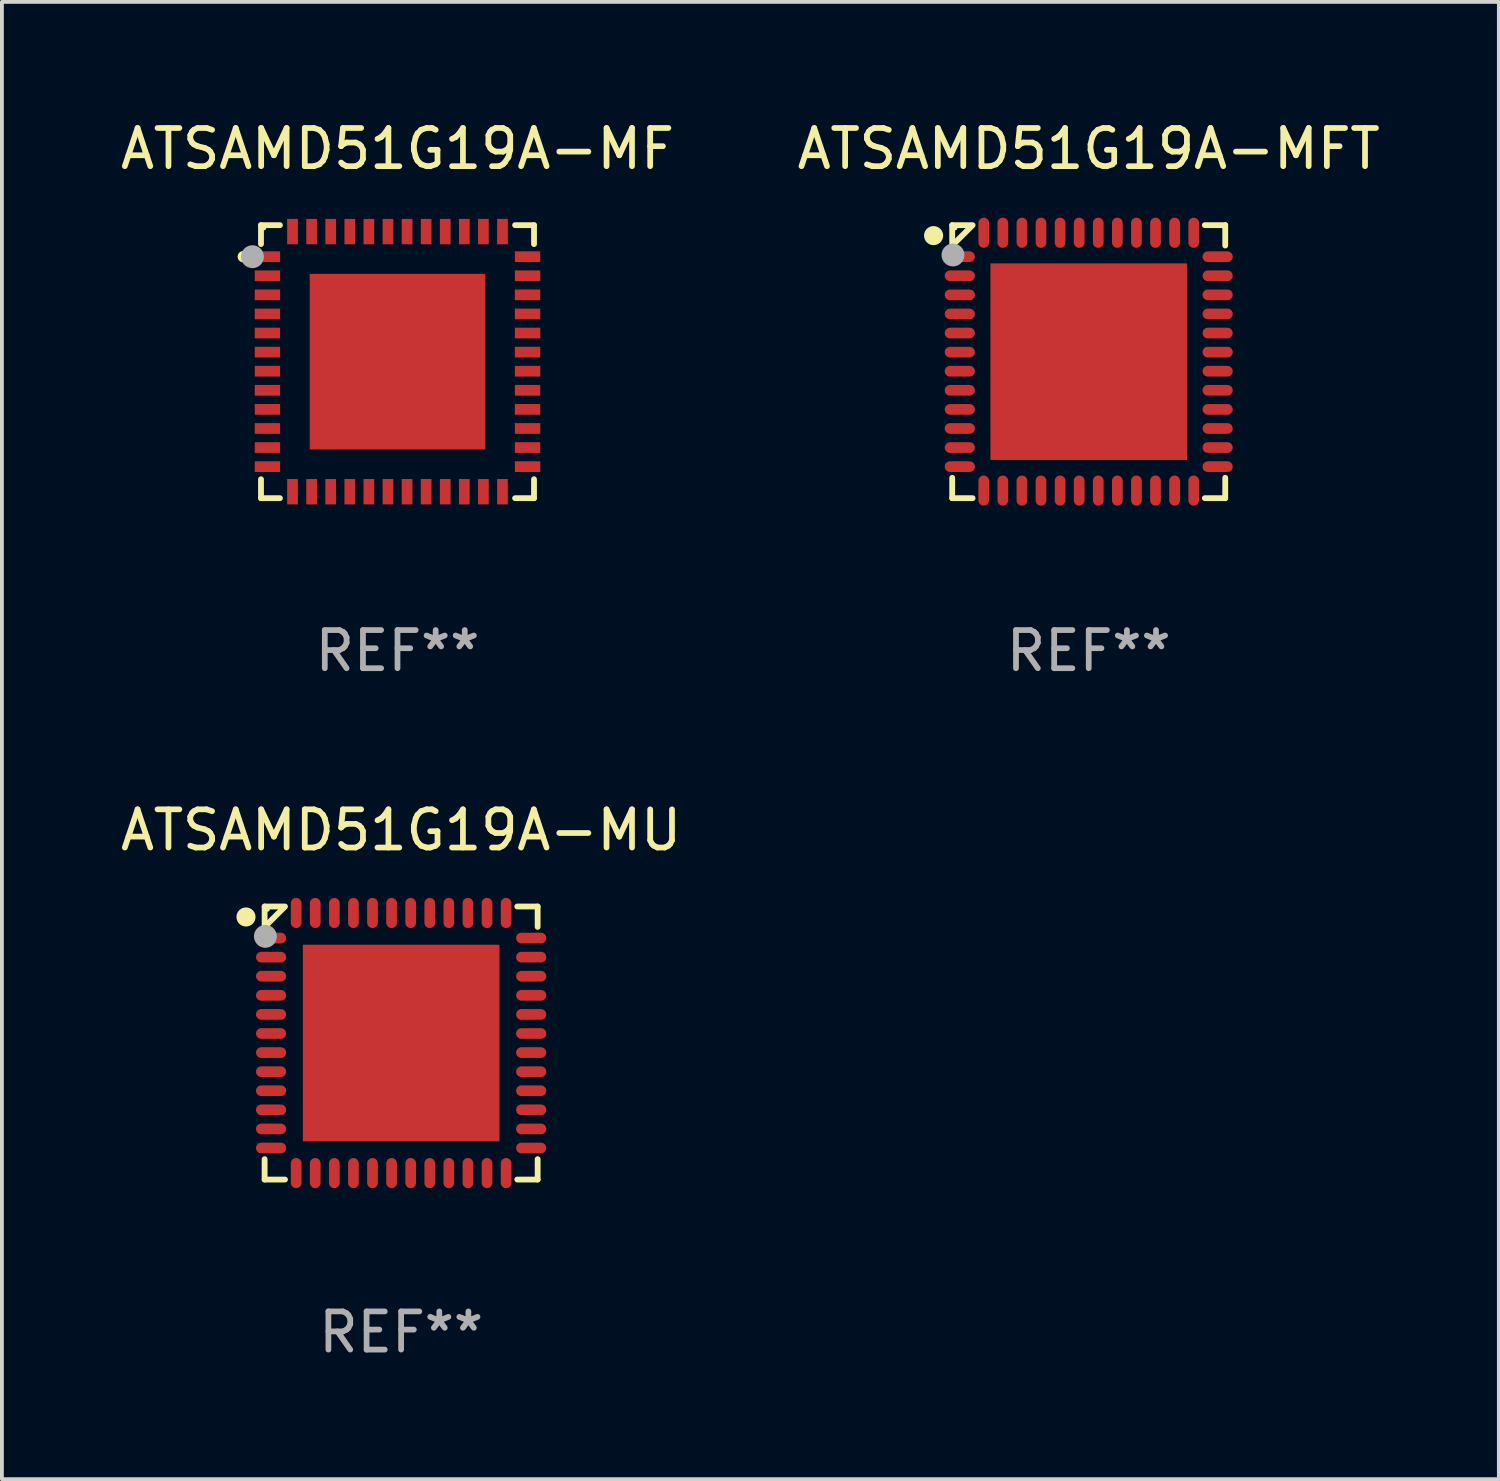
<source format=kicad_pcb>
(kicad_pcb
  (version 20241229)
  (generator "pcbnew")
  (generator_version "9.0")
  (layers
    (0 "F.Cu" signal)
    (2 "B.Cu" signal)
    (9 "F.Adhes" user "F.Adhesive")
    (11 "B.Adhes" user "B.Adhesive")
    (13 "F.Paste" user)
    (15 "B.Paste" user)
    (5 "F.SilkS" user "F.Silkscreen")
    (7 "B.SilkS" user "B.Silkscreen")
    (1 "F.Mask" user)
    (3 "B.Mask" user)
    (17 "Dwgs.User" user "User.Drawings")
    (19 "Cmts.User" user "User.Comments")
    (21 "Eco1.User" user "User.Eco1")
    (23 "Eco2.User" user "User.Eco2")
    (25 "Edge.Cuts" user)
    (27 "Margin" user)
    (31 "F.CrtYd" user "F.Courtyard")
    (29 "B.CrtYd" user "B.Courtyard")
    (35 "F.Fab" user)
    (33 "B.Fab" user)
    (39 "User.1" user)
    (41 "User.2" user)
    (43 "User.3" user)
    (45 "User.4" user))
  (footprint "ATSAMD51G19A-MF"
    (layer "F.Cu")
    (at 7.363 6.424)
    (property "Reference" "ATSAMD51G19A-MF" (at 0 -5.576 0) (layer "F.SilkS") (effects (font (size 1 1) (thickness 0.15))))
    (attr through_hole)
    (fp_line (start -3.576 -3.576) (end -3.576 -3.08) (stroke (width 0.152) (type solid)) (layer "F.SilkS"))
    (fp_line (start -3.576 3.576) (end -3.576 3.08) (stroke (width 0.152) (type solid)) (layer "F.SilkS"))
    (fp_line (start -3.08 -3.576) (end -3.576 -3.576) (stroke (width 0.152) (type solid)) (layer "F.SilkS"))
    (fp_line (start -3.08 3.576) (end -3.576 3.576) (stroke (width 0.152) (type solid)) (layer "F.SilkS"))
    (fp_line (start 3.08 -3.576) (end 3.576 -3.576) (stroke (width 0.152) (type solid)) (layer "F.SilkS"))
    (fp_line (start 3.08 3.576) (end 3.576 3.576) (stroke (width 0.152) (type solid)) (layer "F.SilkS"))
    (fp_line (start 3.576 -3.576) (end 3.576 -3.08) (stroke (width 0.152) (type solid)) (layer "F.SilkS"))
    (fp_line (start 3.576 3.576) (end 3.576 3.08) (stroke (width 0.152) (type solid)) (layer "F.SilkS"))
    (fp_circle (center -4.04 -2.75) (end -3.965 -2.75) (stroke (width 0.15) (type solid)) (fill no) (layer "F.SilkS"))
    (fp_circle (center -3.5 -3.5) (end -3.47 -3.5) (stroke (width 0.06) (type solid)) (fill no) (layer "F.SilkS"))
    (fp_circle (center -3.8 -2.75) (end -3.65 -2.75) (stroke (width 0.3) (type solid)) (fill no) (layer "F.Fab"))
    (fp_text user "REF**" (at 0 7.576 0) (layer "F.Fab") (effects (font (size 1 1) (thickness 0.15))))
    (pad "1" smd rect (at -3.407 -2.75) (size 0.665 0.28) (layers "F.Cu" "F.Mask" "F.Paste"))
    (pad "2" smd rect (at -3.407 -2.25) (size 0.665 0.28) (layers "F.Cu" "F.Mask" "F.Paste"))
    (pad "3" smd rect (at -3.407 -1.75) (size 0.665 0.28) (layers "F.Cu" "F.Mask" "F.Paste"))
    (pad "4" smd rect (at -3.407 -1.25) (size 0.665 0.28) (layers "F.Cu" "F.Mask" "F.Paste"))
    (pad "5" smd rect (at -3.407 -0.75) (size 0.665 0.28) (layers "F.Cu" "F.Mask" "F.Paste"))
    (pad "6" smd rect (at -3.407 -0.25) (size 0.665 0.28) (layers "F.Cu" "F.Mask" "F.Paste"))
    (pad "7" smd rect (at -3.407 0.25) (size 0.665 0.28) (layers "F.Cu" "F.Mask" "F.Paste"))
    (pad "8" smd rect (at -3.407 0.75) (size 0.665 0.28) (layers "F.Cu" "F.Mask" "F.Paste"))
    (pad "9" smd rect (at -3.407 1.25) (size 0.665 0.28) (layers "F.Cu" "F.Mask" "F.Paste"))
    (pad "10" smd rect (at -3.407 1.75) (size 0.665 0.28) (layers "F.Cu" "F.Mask" "F.Paste"))
    (pad "11" smd rect (at -3.407 2.25) (size 0.665 0.28) (layers "F.Cu" "F.Mask" "F.Paste"))
    (pad "12" smd rect (at -3.407 2.75) (size 0.665 0.28) (layers "F.Cu" "F.Mask" "F.Paste"))
    (pad "13" smd rect (at -2.75 3.407) (size 0.28 0.665) (layers "F.Cu" "F.Mask" "F.Paste"))
    (pad "14" smd rect (at -2.25 3.407) (size 0.28 0.665) (layers "F.Cu" "F.Mask" "F.Paste"))
    (pad "15" smd rect (at -1.75 3.407) (size 0.28 0.665) (layers "F.Cu" "F.Mask" "F.Paste"))
    (pad "16" smd rect (at -1.25 3.407) (size 0.28 0.665) (layers "F.Cu" "F.Mask" "F.Paste"))
    (pad "17" smd rect (at -0.75 3.407) (size 0.28 0.665) (layers "F.Cu" "F.Mask" "F.Paste"))
    (pad "18" smd rect (at -0.25 3.407) (size 0.28 0.665) (layers "F.Cu" "F.Mask" "F.Paste"))
    (pad "19" smd rect (at 0.25 3.407) (size 0.28 0.665) (layers "F.Cu" "F.Mask" "F.Paste"))
    (pad "20" smd rect (at 0.75 3.407) (size 0.28 0.665) (layers "F.Cu" "F.Mask" "F.Paste"))
    (pad "21" smd rect (at 1.25 3.407) (size 0.28 0.665) (layers "F.Cu" "F.Mask" "F.Paste"))
    (pad "22" smd rect (at 1.75 3.407) (size 0.28 0.665) (layers "F.Cu" "F.Mask" "F.Paste"))
    (pad "23" smd rect (at 2.25 3.407) (size 0.28 0.665) (layers "F.Cu" "F.Mask" "F.Paste"))
    (pad "24" smd rect (at 2.75 3.407) (size 0.28 0.665) (layers "F.Cu" "F.Mask" "F.Paste"))
    (pad "25" smd rect (at 3.407 2.75) (size 0.665 0.28) (layers "F.Cu" "F.Mask" "F.Paste"))
    (pad "26" smd rect (at 3.407 2.25) (size 0.665 0.28) (layers "F.Cu" "F.Mask" "F.Paste"))
    (pad "27" smd rect (at 3.407 1.75) (size 0.665 0.28) (layers "F.Cu" "F.Mask" "F.Paste"))
    (pad "28" smd rect (at 3.407 1.25) (size 0.665 0.28) (layers "F.Cu" "F.Mask" "F.Paste"))
    (pad "29" smd rect (at 3.407 0.75) (size 0.665 0.28) (layers "F.Cu" "F.Mask" "F.Paste"))
    (pad "30" smd rect (at 3.407 0.25) (size 0.665 0.28) (layers "F.Cu" "F.Mask" "F.Paste"))
    (pad "31" smd rect (at 3.407 -0.25) (size 0.665 0.28) (layers "F.Cu" "F.Mask" "F.Paste"))
    (pad "32" smd rect (at 3.407 -0.75) (size 0.665 0.28) (layers "F.Cu" "F.Mask" "F.Paste"))
    (pad "33" smd rect (at 3.407 -1.25) (size 0.665 0.28) (layers "F.Cu" "F.Mask" "F.Paste"))
    (pad "34" smd rect (at 3.407 -1.75) (size 0.665 0.28) (layers "F.Cu" "F.Mask" "F.Paste"))
    (pad "35" smd rect (at 3.407 -2.25) (size 0.665 0.28) (layers "F.Cu" "F.Mask" "F.Paste"))
    (pad "36" smd rect (at 3.407 -2.75) (size 0.665 0.28) (layers "F.Cu" "F.Mask" "F.Paste"))
    (pad "37" smd rect (at 2.75 -3.407) (size 0.28 0.665) (layers "F.Cu" "F.Mask" "F.Paste"))
    (pad "38" smd rect (at 2.25 -3.407) (size 0.28 0.665) (layers "F.Cu" "F.Mask" "F.Paste"))
    (pad "39" smd rect (at 1.75 -3.407) (size 0.28 0.665) (layers "F.Cu" "F.Mask" "F.Paste"))
    (pad "40" smd rect (at 1.25 -3.407) (size 0.28 0.665) (layers "F.Cu" "F.Mask" "F.Paste"))
    (pad "41" smd rect (at 0.75 -3.407) (size 0.28 0.665) (layers "F.Cu" "F.Mask" "F.Paste"))
    (pad "42" smd rect (at 0.25 -3.407) (size 0.28 0.665) (layers "F.Cu" "F.Mask" "F.Paste"))
    (pad "43" smd rect (at -0.25 -3.407) (size 0.28 0.665) (layers "F.Cu" "F.Mask" "F.Paste"))
    (pad "44" smd rect (at -0.75 -3.407) (size 0.28 0.665) (layers "F.Cu" "F.Mask" "F.Paste"))
    (pad "45" smd rect (at -1.25 -3.407) (size 0.28 0.665) (layers "F.Cu" "F.Mask" "F.Paste"))
    (pad "46" smd rect (at -1.75 -3.407) (size 0.28 0.665) (layers "F.Cu" "F.Mask" "F.Paste"))
    (pad "47" smd rect (at -2.25 -3.407) (size 0.28 0.665) (layers "F.Cu" "F.Mask" "F.Paste"))
    (pad "48" smd rect (at -2.75 -3.407) (size 0.28 0.665) (layers "F.Cu" "F.Mask" "F.Paste"))
    (pad "49" smd rect (at 0 0) (size 4.6 4.6) (layers "F.Cu" "F.Mask" "F.Paste")))
  (footprint "ATSAMD51G19A-MFT"
    (layer "F.Cu")
    (at 25.47 6.424)
    (property "Reference" "ATSAMD51G19A-MFT" (at 0 -5.576 0) (layer "F.SilkS") (effects (font (size 1 1) (thickness 0.15))))
    (attr through_hole)
    (fp_line (start -3.576 -3.576) (end -3.042 -3.576) (stroke (width 0.152) (type solid)) (layer "F.SilkS"))
    (fp_line (start -3.576 -3.042) (end -3.576 -3.576) (stroke (width 0.152) (type solid)) (layer "F.SilkS"))
    (fp_line (start -3.576 3.042) (end -3.576 3.576) (stroke (width 0.152) (type solid)) (layer "F.SilkS"))
    (fp_line (start -3.576 3.576) (end -3.042 3.576) (stroke (width 0.152) (type solid)) (layer "F.SilkS"))
    (fp_line (start -3.069 -3.549) (end -3.549 -3.069) (stroke (width 0.152) (type solid)) (layer "F.SilkS"))
    (fp_line (start 3.576 -3.576) (end 3.042 -3.576) (stroke (width 0.152) (type solid)) (layer "F.SilkS"))
    (fp_line (start 3.576 -3.042) (end 3.576 -3.576) (stroke (width 0.152) (type solid)) (layer "F.SilkS"))
    (fp_line (start 3.576 3.042) (end 3.576 3.576) (stroke (width 0.152) (type solid)) (layer "F.SilkS"))
    (fp_line (start 3.576 3.576) (end 3.042 3.576) (stroke (width 0.152) (type solid)) (layer "F.SilkS"))
    (fp_circle (center -4.064 -3.302) (end -3.939 -3.302) (stroke (width 0.25) (type solid)) (fill no) (layer "F.SilkS"))
    (fp_circle (center -3.5 -3.5) (end -3.47 -3.5) (stroke (width 0.06) (type solid)) (fill no) (layer "F.SilkS"))
    (fp_circle (center -3.556 -2.794) (end -3.406 -2.794) (stroke (width 0.3) (type solid)) (fill no) (layer "F.Fab"))
    (fp_text user "REF**" (at 0 7.576 0) (layer "F.Fab") (effects (font (size 1 1) (thickness 0.15))))
    (pad "1" smd oval (at -3.377 -2.75) (size 0.79 0.28) (layers "F.Cu" "F.Mask" "F.Paste"))
    (pad "2" smd oval (at -3.377 -2.25) (size 0.79 0.28) (layers "F.Cu" "F.Mask" "F.Paste"))
    (pad "3" smd oval (at -3.377 -1.75) (size 0.79 0.28) (layers "F.Cu" "F.Mask" "F.Paste"))
    (pad "4" smd oval (at -3.377 -1.25) (size 0.79 0.28) (layers "F.Cu" "F.Mask" "F.Paste"))
    (pad "5" smd oval (at -3.377 -0.75) (size 0.79 0.28) (layers "F.Cu" "F.Mask" "F.Paste"))
    (pad "6" smd oval (at -3.377 -0.25) (size 0.79 0.28) (layers "F.Cu" "F.Mask" "F.Paste"))
    (pad "7" smd oval (at -3.377 0.25) (size 0.79 0.28) (layers "F.Cu" "F.Mask" "F.Paste"))
    (pad "8" smd oval (at -3.377 0.75) (size 0.79 0.28) (layers "F.Cu" "F.Mask" "F.Paste"))
    (pad "9" smd oval (at -3.377 1.25) (size 0.79 0.28) (layers "F.Cu" "F.Mask" "F.Paste"))
    (pad "10" smd oval (at -3.377 1.75) (size 0.79 0.28) (layers "F.Cu" "F.Mask" "F.Paste"))
    (pad "11" smd oval (at -3.377 2.25) (size 0.79 0.28) (layers "F.Cu" "F.Mask" "F.Paste"))
    (pad "12" smd oval (at -3.377 2.75) (size 0.79 0.28) (layers "F.Cu" "F.Mask" "F.Paste"))
    (pad "13" smd oval (at -2.75 3.377) (size 0.28 0.79) (layers "F.Cu" "F.Mask" "F.Paste"))
    (pad "14" smd oval (at -2.25 3.377) (size 0.28 0.79) (layers "F.Cu" "F.Mask" "F.Paste"))
    (pad "15" smd oval (at -1.75 3.377) (size 0.28 0.79) (layers "F.Cu" "F.Mask" "F.Paste"))
    (pad "16" smd oval (at -1.25 3.377) (size 0.28 0.79) (layers "F.Cu" "F.Mask" "F.Paste"))
    (pad "17" smd oval (at -0.75 3.377) (size 0.28 0.79) (layers "F.Cu" "F.Mask" "F.Paste"))
    (pad "18" smd oval (at -0.25 3.377) (size 0.28 0.79) (layers "F.Cu" "F.Mask" "F.Paste"))
    (pad "19" smd oval (at 0.25 3.377) (size 0.28 0.79) (layers "F.Cu" "F.Mask" "F.Paste"))
    (pad "20" smd oval (at 0.75 3.377) (size 0.28 0.79) (layers "F.Cu" "F.Mask" "F.Paste"))
    (pad "21" smd oval (at 1.25 3.377) (size 0.28 0.79) (layers "F.Cu" "F.Mask" "F.Paste"))
    (pad "22" smd oval (at 1.75 3.377) (size 0.28 0.79) (layers "F.Cu" "F.Mask" "F.Paste"))
    (pad "23" smd oval (at 2.25 3.377) (size 0.28 0.79) (layers "F.Cu" "F.Mask" "F.Paste"))
    (pad "24" smd oval (at 2.75 3.377) (size 0.28 0.79) (layers "F.Cu" "F.Mask" "F.Paste"))
    (pad "25" smd oval (at 3.377 2.75) (size 0.79 0.28) (layers "F.Cu" "F.Mask" "F.Paste"))
    (pad "26" smd oval (at 3.377 2.25) (size 0.79 0.28) (layers "F.Cu" "F.Mask" "F.Paste"))
    (pad "27" smd oval (at 3.377 1.75) (size 0.79 0.28) (layers "F.Cu" "F.Mask" "F.Paste"))
    (pad "28" smd oval (at 3.377 1.25) (size 0.79 0.28) (layers "F.Cu" "F.Mask" "F.Paste"))
    (pad "29" smd oval (at 3.377 0.75) (size 0.79 0.28) (layers "F.Cu" "F.Mask" "F.Paste"))
    (pad "30" smd oval (at 3.377 0.25) (size 0.79 0.28) (layers "F.Cu" "F.Mask" "F.Paste"))
    (pad "31" smd oval (at 3.377 -0.25) (size 0.79 0.28) (layers "F.Cu" "F.Mask" "F.Paste"))
    (pad "32" smd oval (at 3.377 -0.75) (size 0.79 0.28) (layers "F.Cu" "F.Mask" "F.Paste"))
    (pad "33" smd oval (at 3.377 -1.25) (size 0.79 0.28) (layers "F.Cu" "F.Mask" "F.Paste"))
    (pad "34" smd oval (at 3.377 -1.75) (size 0.79 0.28) (layers "F.Cu" "F.Mask" "F.Paste"))
    (pad "35" smd oval (at 3.377 -2.25) (size 0.79 0.28) (layers "F.Cu" "F.Mask" "F.Paste"))
    (pad "36" smd oval (at 3.377 -2.75) (size 0.79 0.28) (layers "F.Cu" "F.Mask" "F.Paste"))
    (pad "37" smd oval (at 2.75 -3.377) (size 0.28 0.79) (layers "F.Cu" "F.Mask" "F.Paste"))
    (pad "38" smd oval (at 2.25 -3.377) (size 0.28 0.79) (layers "F.Cu" "F.Mask" "F.Paste"))
    (pad "39" smd oval (at 1.75 -3.377) (size 0.28 0.79) (layers "F.Cu" "F.Mask" "F.Paste"))
    (pad "40" smd oval (at 1.25 -3.377) (size 0.28 0.79) (layers "F.Cu" "F.Mask" "F.Paste"))
    (pad "41" smd oval (at 0.75 -3.377) (size 0.28 0.79) (layers "F.Cu" "F.Mask" "F.Paste"))
    (pad "42" smd oval (at 0.25 -3.377) (size 0.28 0.79) (layers "F.Cu" "F.Mask" "F.Paste"))
    (pad "43" smd oval (at -0.25 -3.377) (size 0.28 0.79) (layers "F.Cu" "F.Mask" "F.Paste"))
    (pad "44" smd oval (at -0.75 -3.377) (size 0.28 0.79) (layers "F.Cu" "F.Mask" "F.Paste"))
    (pad "45" smd oval (at -1.25 -3.377) (size 0.28 0.79) (layers "F.Cu" "F.Mask" "F.Paste"))
    (pad "46" smd oval (at -1.75 -3.377) (size 0.28 0.79) (layers "F.Cu" "F.Mask" "F.Paste"))
    (pad "47" smd oval (at -2.25 -3.377) (size 0.28 0.79) (layers "F.Cu" "F.Mask" "F.Paste"))
    (pad "48" smd oval (at -2.75 -3.377) (size 0.28 0.79) (layers "F.Cu" "F.Mask" "F.Paste"))
    (pad "49" smd rect (at 0 0) (size 5.15 5.15) (layers "F.Cu" "F.Mask" "F.Paste")))
  (footprint "ATSAMD51G19A-MU"
    (layer "F.Cu")
    (at 7.458 24.273)
    (property "Reference" "ATSAMD51G19A-MU" (at 0 -5.576 0) (layer "F.SilkS") (effects (font (size 1 1) (thickness 0.15))))
    (attr through_hole)
    (fp_line (start -3.576 -3.576) (end -3.042 -3.576) (stroke (width 0.152) (type solid)) (layer "F.SilkS"))
    (fp_line (start -3.576 -3.042) (end -3.576 -3.576) (stroke (width 0.152) (type solid)) (layer "F.SilkS"))
    (fp_line (start -3.576 3.042) (end -3.576 3.576) (stroke (width 0.152) (type solid)) (layer "F.SilkS"))
    (fp_line (start -3.576 3.576) (end -3.042 3.576) (stroke (width 0.152) (type solid)) (layer "F.SilkS"))
    (fp_line (start -3.069 -3.549) (end -3.549 -3.069) (stroke (width 0.152) (type solid)) (layer "F.SilkS"))
    (fp_line (start 3.576 -3.576) (end 3.042 -3.576) (stroke (width 0.152) (type solid)) (layer "F.SilkS"))
    (fp_line (start 3.576 -3.042) (end 3.576 -3.576) (stroke (width 0.152) (type solid)) (layer "F.SilkS"))
    (fp_line (start 3.576 3.042) (end 3.576 3.576) (stroke (width 0.152) (type solid)) (layer "F.SilkS"))
    (fp_line (start 3.576 3.576) (end 3.042 3.576) (stroke (width 0.152) (type solid)) (layer "F.SilkS"))
    (fp_circle (center -4.064 -3.302) (end -3.939 -3.302) (stroke (width 0.25) (type solid)) (fill no) (layer "F.SilkS"))
    (fp_circle (center -3.5 -3.5) (end -3.47 -3.5) (stroke (width 0.06) (type solid)) (fill no) (layer "F.SilkS"))
    (fp_circle (center -3.556 -2.794) (end -3.406 -2.794) (stroke (width 0.3) (type solid)) (fill no) (layer "F.Fab"))
    (fp_text user "REF**" (at 0 7.576 0) (layer "F.Fab") (effects (font (size 1 1) (thickness 0.15))))
    (pad "1" smd oval (at -3.407 -2.75) (size 0.79 0.28) (layers "F.Cu" "F.Mask" "F.Paste"))
    (pad "2" smd oval (at -3.407 -2.25) (size 0.79 0.28) (layers "F.Cu" "F.Mask" "F.Paste"))
    (pad "3" smd oval (at -3.407 -1.75) (size 0.79 0.28) (layers "F.Cu" "F.Mask" "F.Paste"))
    (pad "4" smd oval (at -3.407 -1.25) (size 0.79 0.28) (layers "F.Cu" "F.Mask" "F.Paste"))
    (pad "5" smd oval (at -3.407 -0.75) (size 0.79 0.28) (layers "F.Cu" "F.Mask" "F.Paste"))
    (pad "6" smd oval (at -3.407 -0.25) (size 0.79 0.28) (layers "F.Cu" "F.Mask" "F.Paste"))
    (pad "7" smd oval (at -3.407 0.25) (size 0.79 0.28) (layers "F.Cu" "F.Mask" "F.Paste"))
    (pad "8" smd oval (at -3.407 0.75) (size 0.79 0.28) (layers "F.Cu" "F.Mask" "F.Paste"))
    (pad "9" smd oval (at -3.407 1.25) (size 0.79 0.28) (layers "F.Cu" "F.Mask" "F.Paste"))
    (pad "10" smd oval (at -3.407 1.75) (size 0.79 0.28) (layers "F.Cu" "F.Mask" "F.Paste"))
    (pad "11" smd oval (at -3.407 2.25) (size 0.79 0.28) (layers "F.Cu" "F.Mask" "F.Paste"))
    (pad "12" smd oval (at -3.407 2.75) (size 0.79 0.28) (layers "F.Cu" "F.Mask" "F.Paste"))
    (pad "13" smd oval (at -2.75 3.407) (size 0.28 0.79) (layers "F.Cu" "F.Mask" "F.Paste"))
    (pad "14" smd oval (at -2.25 3.407) (size 0.28 0.79) (layers "F.Cu" "F.Mask" "F.Paste"))
    (pad "15" smd oval (at -1.75 3.407) (size 0.28 0.79) (layers "F.Cu" "F.Mask" "F.Paste"))
    (pad "16" smd oval (at -1.25 3.407) (size 0.28 0.79) (layers "F.Cu" "F.Mask" "F.Paste"))
    (pad "17" smd oval (at -0.75 3.407) (size 0.28 0.79) (layers "F.Cu" "F.Mask" "F.Paste"))
    (pad "18" smd oval (at -0.25 3.407) (size 0.28 0.79) (layers "F.Cu" "F.Mask" "F.Paste"))
    (pad "19" smd oval (at 0.25 3.407) (size 0.28 0.79) (layers "F.Cu" "F.Mask" "F.Paste"))
    (pad "20" smd oval (at 0.75 3.407) (size 0.28 0.79) (layers "F.Cu" "F.Mask" "F.Paste"))
    (pad "21" smd oval (at 1.25 3.407) (size 0.28 0.79) (layers "F.Cu" "F.Mask" "F.Paste"))
    (pad "22" smd oval (at 1.75 3.407) (size 0.28 0.79) (layers "F.Cu" "F.Mask" "F.Paste"))
    (pad "23" smd oval (at 2.25 3.407) (size 0.28 0.79) (layers "F.Cu" "F.Mask" "F.Paste"))
    (pad "24" smd oval (at 2.75 3.407) (size 0.28 0.79) (layers "F.Cu" "F.Mask" "F.Paste"))
    (pad "25" smd oval (at 3.407 2.75) (size 0.79 0.28) (layers "F.Cu" "F.Mask" "F.Paste"))
    (pad "26" smd oval (at 3.407 2.25) (size 0.79 0.28) (layers "F.Cu" "F.Mask" "F.Paste"))
    (pad "27" smd oval (at 3.407 1.75) (size 0.79 0.28) (layers "F.Cu" "F.Mask" "F.Paste"))
    (pad "28" smd oval (at 3.407 1.25) (size 0.79 0.28) (layers "F.Cu" "F.Mask" "F.Paste"))
    (pad "29" smd oval (at 3.407 0.75) (size 0.79 0.28) (layers "F.Cu" "F.Mask" "F.Paste"))
    (pad "30" smd oval (at 3.407 0.25) (size 0.79 0.28) (layers "F.Cu" "F.Mask" "F.Paste"))
    (pad "31" smd oval (at 3.407 -0.25) (size 0.79 0.28) (layers "F.Cu" "F.Mask" "F.Paste"))
    (pad "32" smd oval (at 3.407 -0.75) (size 0.79 0.28) (layers "F.Cu" "F.Mask" "F.Paste"))
    (pad "33" smd oval (at 3.407 -1.25) (size 0.79 0.28) (layers "F.Cu" "F.Mask" "F.Paste"))
    (pad "34" smd oval (at 3.407 -1.75) (size 0.79 0.28) (layers "F.Cu" "F.Mask" "F.Paste"))
    (pad "35" smd oval (at 3.407 -2.25) (size 0.79 0.28) (layers "F.Cu" "F.Mask" "F.Paste"))
    (pad "36" smd oval (at 3.407 -2.75) (size 0.79 0.28) (layers "F.Cu" "F.Mask" "F.Paste"))
    (pad "37" smd oval (at 2.75 -3.407) (size 0.28 0.79) (layers "F.Cu" "F.Mask" "F.Paste"))
    (pad "38" smd oval (at 2.25 -3.407) (size 0.28 0.79) (layers "F.Cu" "F.Mask" "F.Paste"))
    (pad "39" smd oval (at 1.75 -3.407) (size 0.28 0.79) (layers "F.Cu" "F.Mask" "F.Paste"))
    (pad "40" smd oval (at 1.25 -3.407) (size 0.28 0.79) (layers "F.Cu" "F.Mask" "F.Paste"))
    (pad "41" smd oval (at 0.75 -3.407) (size 0.28 0.79) (layers "F.Cu" "F.Mask" "F.Paste"))
    (pad "42" smd oval (at 0.25 -3.407) (size 0.28 0.79) (layers "F.Cu" "F.Mask" "F.Paste"))
    (pad "43" smd oval (at -0.25 -3.407) (size 0.28 0.79) (layers "F.Cu" "F.Mask" "F.Paste"))
    (pad "44" smd oval (at -0.75 -3.407) (size 0.28 0.79) (layers "F.Cu" "F.Mask" "F.Paste"))
    (pad "45" smd oval (at -1.25 -3.407) (size 0.28 0.79) (layers "F.Cu" "F.Mask" "F.Paste"))
    (pad "46" smd oval (at -1.75 -3.407) (size 0.28 0.79) (layers "F.Cu" "F.Mask" "F.Paste"))
    (pad "47" smd oval (at -2.25 -3.407) (size 0.28 0.79) (layers "F.Cu" "F.Mask" "F.Paste"))
    (pad "48" smd oval (at -2.75 -3.407) (size 0.28 0.79) (layers "F.Cu" "F.Mask" "F.Paste"))
    (pad "49" smd rect (at 0 0) (size 5.15 5.15) (layers "F.Cu" "F.Mask" "F.Paste")))
  (gr_rect
    (start -3 -3)
    (end 36.214 35.698)
    (stroke (width 0.1) (type default))
    (fill no)
    (layer "Edge.Cuts")))
</source>
